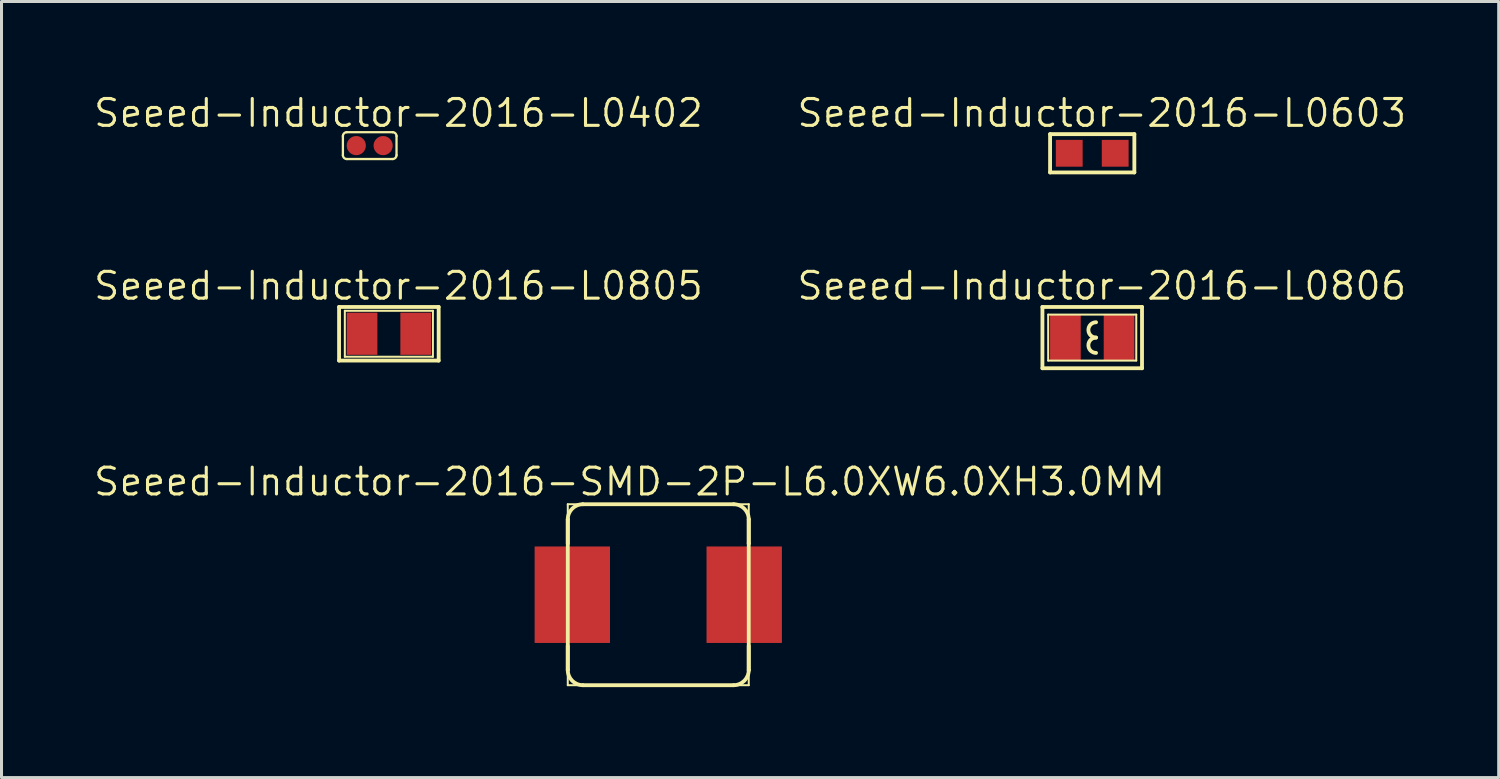
<source format=kicad_pcb>
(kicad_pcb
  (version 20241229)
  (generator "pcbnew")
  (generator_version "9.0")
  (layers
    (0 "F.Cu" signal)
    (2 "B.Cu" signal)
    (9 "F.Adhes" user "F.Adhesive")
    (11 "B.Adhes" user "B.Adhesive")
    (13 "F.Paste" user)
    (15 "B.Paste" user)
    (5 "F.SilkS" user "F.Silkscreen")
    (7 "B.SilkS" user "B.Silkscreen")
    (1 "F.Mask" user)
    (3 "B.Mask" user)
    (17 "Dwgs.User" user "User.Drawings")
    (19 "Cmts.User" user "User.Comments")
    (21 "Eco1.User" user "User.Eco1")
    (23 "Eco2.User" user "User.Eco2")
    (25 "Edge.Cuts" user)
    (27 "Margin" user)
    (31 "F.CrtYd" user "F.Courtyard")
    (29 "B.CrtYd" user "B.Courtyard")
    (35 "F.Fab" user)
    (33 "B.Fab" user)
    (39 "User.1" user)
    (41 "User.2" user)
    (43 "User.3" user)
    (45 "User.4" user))
  (footprint "Seeed-Inductor-2016-L0603"
    (layer "F.Cu")
    (at 33.163 2.032)
    (property "Reference" "Seeed-Inductor-2016-L0603" (at 0.318 -1.333 0) (layer "F.SilkS") (effects (font (size 0.889 0.889) (thickness 0.102))))
    (attr smd)
    (fp_line (start -1.397 -0.635) (end 1.397 -0.635) (stroke (width 0.127) (type solid)) (layer "F.SilkS"))
    (fp_line (start -1.397 0.635) (end -1.397 -0.635) (stroke (width 0.127) (type solid)) (layer "F.SilkS"))
    (fp_line (start 1.397 -0.635) (end 1.397 0.635) (stroke (width 0.127) (type solid)) (layer "F.SilkS"))
    (fp_line (start 1.397 0.635) (end -1.397 0.635) (stroke (width 0.127) (type solid)) (layer "F.SilkS"))
    (pad "1" smd rect (at -0.762 0) (size 0.889 0.889) (layers "F.Cu" "F.Mask" "F.Paste"))
    (pad "2" smd rect (at 0.762 0) (size 0.889 0.889) (layers "F.Cu" "F.Mask" "F.Paste")))
  (footprint "Seeed-Inductor-2016-L0402"
    (layer "F.Cu")
    (at 9.208 1.778)
    (property "Reference" "Seeed-Inductor-2016-L0402" (at 0.953 -1.079 0) (layer "F.SilkS") (effects (font (size 0.889 0.889) (thickness 0.102))))
    (attr smd)
    (fp_line (start -0.889 0.318) (end -0.889 -0.318) (stroke (width 0.076) (type solid)) (layer "F.SilkS"))
    (fp_line (start -0.762 -0.445) (end 0.762 -0.445) (stroke (width 0.076) (type solid)) (layer "F.SilkS"))
    (fp_line (start 0.762 0.445) (end -0.762 0.445) (stroke (width 0.076) (type solid)) (layer "F.SilkS"))
    (fp_line (start 0.889 -0.318) (end 0.889 0.318) (stroke (width 0.076) (type solid)) (layer "F.SilkS"))
    (fp_arc (start -0.889 -0.3175) (mid -0.851803 -0.407303) (end -0.762 -0.4445) (stroke (width 0.0762) (type solid)) (layer "F.SilkS"))
    (fp_arc (start -0.762 0.4445) (mid -0.851803 0.407303) (end -0.889 0.3175) (stroke (width 0.0762) (type solid)) (layer "F.SilkS"))
    (fp_arc (start 0.762 -0.4445) (mid 0.851803 -0.407303) (end 0.889 -0.3175) (stroke (width 0.0762) (type solid)) (layer "F.SilkS"))
    (fp_arc (start 0.889 0.3175) (mid 0.851803 0.407303) (end 0.762 0.4445) (stroke (width 0.0762) (type solid)) (layer "F.SilkS"))
    (pad "1" smd circle (at -0.445 0) (size 0.635 0.635) (layers "F.Cu" "F.Mask" "F.Paste"))
    (pad "2" smd circle (at 0.445 0) (size 0.635 0.635) (layers "F.Cu" "F.Mask" "F.Paste")))
  (footprint "Seeed-Inductor-2016-L0806"
    (layer "F.Cu")
    (at 33.163 8.143)
    (property "Reference" "Seeed-Inductor-2016-L0806" (at 0.318 -1.714 0) (layer "F.SilkS") (effects (font (size 0.889 0.889) (thickness 0.102))))
    (attr smd)
    (fp_line (start -1.651 -1.016) (end 1.651 -1.016) (stroke (width 0.127) (type solid)) (layer "F.SilkS"))
    (fp_line (start -1.651 1.016) (end -1.651 -1.016) (stroke (width 0.127) (type solid)) (layer "F.SilkS"))
    (fp_line (start -1.46 -0.762) (end 1.46 -0.762) (stroke (width 0.066) (type solid)) (layer "F.SilkS"))
    (fp_line (start -1.46 0.762) (end -1.46 -0.762) (stroke (width 0.066) (type solid)) (layer "F.SilkS"))
    (fp_line (start -1.46 0.762) (end 1.46 0.762) (stroke (width 0.066) (type solid)) (layer "F.SilkS"))
    (fp_line (start 1.46 0.762) (end 1.46 -0.762) (stroke (width 0.066) (type solid)) (layer "F.SilkS"))
    (fp_line (start 1.651 -1.016) (end 1.651 1.016) (stroke (width 0.127) (type solid)) (layer "F.SilkS"))
    (fp_line (start 1.651 1.016) (end -1.651 1.016) (stroke (width 0.127) (type solid)) (layer "F.SilkS"))
    (fp_arc (start 0.127 0) (mid -0.127 -0.254) (end 0.127 -0.508) (stroke (width 0.127) (type solid)) (layer "F.SilkS"))
    (fp_arc (start 0.127 0.508) (mid -0.127 0.254) (end 0.127 0) (stroke (width 0.127) (type solid)) (layer "F.SilkS"))
    (pad "1" smd rect (at -0.889 0) (size 1.016 1.524) (layers "F.Cu" "F.Mask" "F.Paste"))
    (pad "2" smd rect (at 0.889 0) (size 1.016 1.524) (layers "F.Cu" "F.Mask" "F.Paste")))
  (footprint "Seeed-Inductor-2016-SMD-2P-L6.0XW6.0XH3.0MM"
    (layer "F.Cu")
    (at 18.775 16.668)
    (property "Reference" "Seeed-Inductor-2016-SMD-2P-L6.0XW6.0XH3.0MM" (at -0.953 -3.747 0) (layer "F.SilkS") (effects (font (size 0.889 0.889) (thickness 0.102))))
    (attr smd)
    (fp_line (start -3 -3) (end 3 -3) (stroke (width 0.066) (type solid)) (layer "F.SilkS"))
    (fp_line (start -3 -2.499) (end -3 -1.699) (stroke (width 0.127) (type solid)) (layer "F.SilkS"))
    (fp_line (start -3 2.499) (end -3 -2.499) (stroke (width 0.127) (type solid)) (layer "F.SilkS"))
    (fp_line (start -3 2.499) (end -3 1.699) (stroke (width 0.127) (type solid)) (layer "F.SilkS"))
    (fp_line (start -3 3) (end -3 -3) (stroke (width 0.066) (type solid)) (layer "F.SilkS"))
    (fp_line (start -3 3) (end 3 3) (stroke (width 0.066) (type solid)) (layer "F.SilkS"))
    (fp_line (start -2.499 -3) (end 2.499 -3) (stroke (width 0.127) (type solid)) (layer "F.SilkS"))
    (fp_line (start 2.499 3) (end -2.499 3) (stroke (width 0.127) (type solid)) (layer "F.SilkS"))
    (fp_line (start 3 -2.499) (end 3 -1.699) (stroke (width 0.127) (type solid)) (layer "F.SilkS"))
    (fp_line (start 3 -2.499) (end 3 -1.699) (stroke (width 0.127) (type solid)) (layer "F.SilkS"))
    (fp_line (start 3 -1.699) (end 3 2.499) (stroke (width 0.127) (type solid)) (layer "F.SilkS"))
    (fp_line (start 3 2.499) (end 3 1.699) (stroke (width 0.127) (type solid)) (layer "F.SilkS"))
    (fp_line (start 3 3) (end 3 -3) (stroke (width 0.066) (type solid)) (layer "F.SilkS"))
    (fp_arc (start -2.99974 -2.49936) (mid -2.853182 -2.853182) (end -2.49936 -2.99974) (stroke (width 0.127) (type solid)) (layer "F.SilkS"))
    (fp_arc (start -2.49936 2.99974) (mid -2.853182 2.853182) (end -2.99974 2.49936) (stroke (width 0.127) (type solid)) (layer "F.SilkS"))
    (fp_arc (start 2.49936 -2.99974) (mid 2.853182 -2.853182) (end 2.99974 -2.49936) (stroke (width 0.127) (type solid)) (layer "F.SilkS"))
    (fp_arc (start 2.99974 2.49936) (mid 2.853182 2.853182) (end 2.49936 2.99974) (stroke (width 0.127) (type solid)) (layer "F.SilkS"))
    (pad "1" smd rect (at -2.85 0 90) (size 3.198 2.499) (layers "F.Cu" "F.Mask" "F.Paste"))
    (pad "2" smd rect (at 2.85 0 90) (size 3.198 2.499) (layers "F.Cu" "F.Mask" "F.Paste")))
  (footprint "Seeed-Inductor-2016-L0805"
    (layer "F.Cu")
    (at 9.843 8.016)
    (property "Reference" "Seeed-Inductor-2016-L0805" (at 0.318 -1.587 0) (layer "F.SilkS") (effects (font (size 0.889 0.889) (thickness 0.102))))
    (attr smd)
    (fp_line (start -1.651 -0.889) (end 1.651 -0.889) (stroke (width 0.127) (type solid)) (layer "F.SilkS"))
    (fp_line (start -1.651 0.889) (end -1.651 -0.889) (stroke (width 0.127) (type solid)) (layer "F.SilkS"))
    (fp_line (start -1.46 -0.762) (end 1.46 -0.762) (stroke (width 0.066) (type solid)) (layer "F.SilkS"))
    (fp_line (start -1.46 0.762) (end -1.46 -0.762) (stroke (width 0.066) (type solid)) (layer "F.SilkS"))
    (fp_line (start -1.46 0.762) (end 1.46 0.762) (stroke (width 0.066) (type solid)) (layer "F.SilkS"))
    (fp_line (start 1.46 0.762) (end 1.46 -0.762) (stroke (width 0.066) (type solid)) (layer "F.SilkS"))
    (fp_line (start 1.651 -0.889) (end 1.651 0.889) (stroke (width 0.127) (type solid)) (layer "F.SilkS"))
    (fp_line (start 1.651 0.889) (end -1.651 0.889) (stroke (width 0.127) (type solid)) (layer "F.SilkS"))
    (pad "1" smd rect (at -0.889 0) (size 1.016 1.397) (layers "F.Cu" "F.Mask" "F.Paste"))
    (pad "2" smd rect (at 0.889 0) (size 1.016 1.397) (layers "F.Cu" "F.Mask" "F.Paste")))
  (gr_rect
    (start -3 -3)
    (end 46.64 22.731)
    (stroke (width 0.1) (type default))
    (fill no)
    (layer "Edge.Cuts")))
</source>
